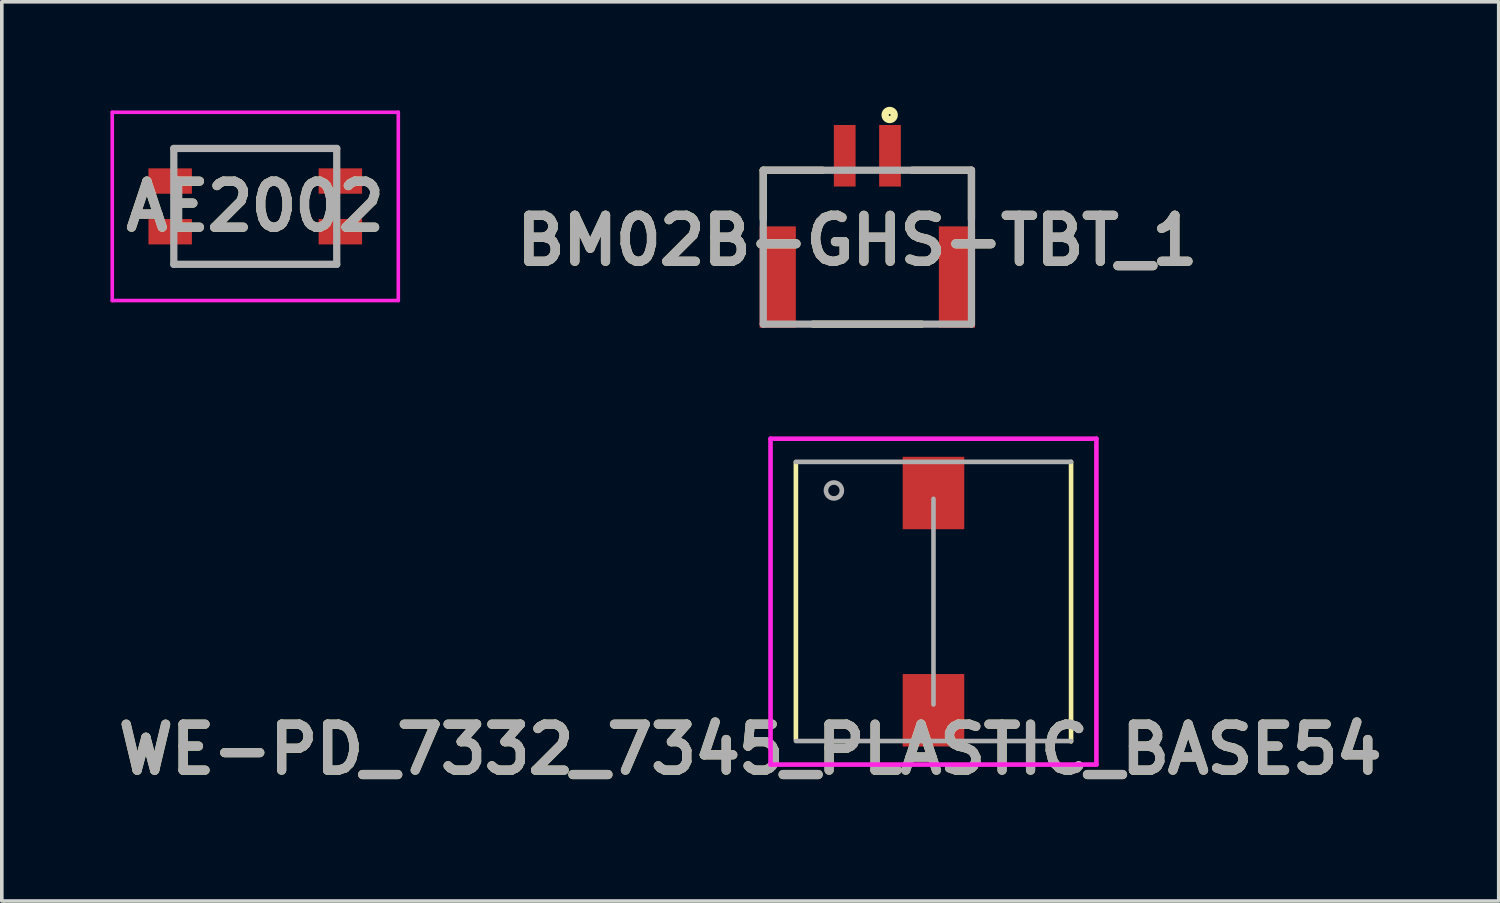
<source format=kicad_pcb>
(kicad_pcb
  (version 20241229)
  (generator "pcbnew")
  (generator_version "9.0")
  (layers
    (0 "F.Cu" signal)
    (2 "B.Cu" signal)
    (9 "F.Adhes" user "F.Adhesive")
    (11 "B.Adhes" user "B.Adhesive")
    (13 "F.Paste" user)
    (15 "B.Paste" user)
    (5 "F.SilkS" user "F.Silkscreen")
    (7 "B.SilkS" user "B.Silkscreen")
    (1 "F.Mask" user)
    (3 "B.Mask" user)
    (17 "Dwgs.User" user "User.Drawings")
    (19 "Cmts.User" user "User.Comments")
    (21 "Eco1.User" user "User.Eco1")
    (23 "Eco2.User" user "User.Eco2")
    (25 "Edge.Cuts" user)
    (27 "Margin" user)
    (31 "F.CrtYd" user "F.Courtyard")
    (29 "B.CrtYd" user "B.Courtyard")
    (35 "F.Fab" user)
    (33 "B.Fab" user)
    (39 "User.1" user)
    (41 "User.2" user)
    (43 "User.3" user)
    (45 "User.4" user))
  (footprint "WE-PD_7332_7345_PLASTIC_BASE54"
    (layer "F.Cu")
    (at 22.731 13.566)
    (property "Reference" "WE-PD_7332_7345_PLASTIC_BASE54" (at -5.06 4.08 0) (layer "F.SilkS") (effects (font (size 1.27 1.27) (thickness 0.254))))
    (attr smd)
    (fp_line (start -3.8 -3.85) (end -3.8 3.8) (stroke (width 0.127) (type solid)) (layer "F.SilkS"))
    (fp_line (start 3.8 -3.86) (end 3.8 3.86) (stroke (width 0.127) (type solid)) (layer "F.SilkS"))
    (fp_line (start -4.5 -4.5) (end -4.5 4.5) (stroke (width 0.127) (type solid)) (layer "F.CrtYd"))
    (fp_line (start -4.5 4.5) (end 4.5 4.5) (stroke (width 0.127) (type solid)) (layer "F.CrtYd"))
    (fp_line (start 4.5 -4.5) (end -4.5 -4.5) (stroke (width 0.127) (type solid)) (layer "F.CrtYd"))
    (fp_line (start 4.5 4.5) (end 4.5 -4.5) (stroke (width 0.127) (type solid)) (layer "F.CrtYd"))
    (fp_line (start -3.8 -3.86) (end 3.8 -3.86) (stroke (width 0.127) (type solid)) (layer "F.Fab"))
    (fp_line (start -3.8 3.85) (end 3.8 3.85) (stroke (width 0.127) (type solid)) (layer "F.Fab"))
    (fp_line (start 0 -2.84) (end 0 2.84) (stroke (width 0.127) (type solid)) (layer "F.Fab"))
    (fp_circle (center -2.75 -3.07) (end -2.75 -2.85) (stroke (width 0.127) (type solid)) (fill no) (layer "F.Fab"))
    (fp_text user "${REFERENCE}" (at -5.06 4.08 0) (layer "F.Fab") (effects (font (size 1.27 1.27) (thickness 0.254))))
    (pad "1" smd rect (at 0 -3) (size 1.7 2) (layers "F.Cu" "F.Mask" "F.Paste"))
    (pad "2" smd rect (at 0 3) (size 1.7 2) (layers "F.Cu" "F.Mask" "F.Paste")))
  (footprint "BM02B-GHS-TBT_1"
    (layer "F.Cu")
    (at 20.905 1.252)
    (property "Reference" "BM02B-GHS-TBT_1" (at -0.277 2.34 0) (layer "F.SilkS") (effects (font (size 1.27 1.27) (thickness 0.254))))
    (attr smd)
    (fp_line (start -2.875 0.4) (end -2.875 1.75) (stroke (width 0.2) (type solid)) (layer "F.SilkS"))
    (fp_line (start -2.875 0.4) (end -1.236 0.4) (stroke (width 0.2) (type solid)) (layer "F.SilkS"))
    (fp_line (start -1.5 4.65) (end 1.5 4.65) (stroke (width 0.2) (type solid)) (layer "F.SilkS"))
    (fp_line (start 2.875 0.4) (end 1.236 0.4) (stroke (width 0.2) (type solid)) (layer "F.SilkS"))
    (fp_line (start 2.875 0.4) (end 2.875 1.75) (stroke (width 0.2) (type solid)) (layer "F.SilkS"))
    (fp_circle (center 0.616 -1.126) (end 0.616 -1.1) (stroke (width 0.2) (type solid)) (fill no) (layer "F.SilkS"))
    (fp_line (start -2.875 0.4) (end 2.875 0.4) (stroke (width 0.2) (type solid)) (layer "F.Fab"))
    (fp_line (start -2.875 4.65) (end -2.875 0.4) (stroke (width 0.2) (type solid)) (layer "F.Fab"))
    (fp_line (start 2.875 0.4) (end 2.875 4.65) (stroke (width 0.2) (type solid)) (layer "F.Fab"))
    (fp_line (start 2.875 4.65) (end -2.875 4.65) (stroke (width 0.2) (type solid)) (layer "F.Fab"))
    (fp_text user "${REFERENCE}" (at -0.277 2.34 0) (layer "F.Fab") (effects (font (size 1.27 1.27) (thickness 0.254))))
    (pad "1" smd rect (at 0.625 0) (size 0.6 1.7) (layers "F.Cu" "F.Mask" "F.Paste"))
    (pad "2" smd rect (at -0.625 0) (size 0.6 1.7) (layers "F.Cu" "F.Mask" "F.Paste"))
    (pad "3" smd rect (at -2.475 3.35) (size 1 2.8) (layers "F.Cu" "F.Mask" "F.Paste"))
    (pad "4" smd rect (at 2.475 3.35) (size 1 2.8) (layers "F.Cu" "F.Mask" "F.Paste")))
  (footprint "AE2002"
    (layer "F.Cu")
    (at 4 2.65)
    (property "Reference" "AE2002" (at 0 0 0) (layer "F.SilkS") (effects (font (size 1.27 1.27) (thickness 0.254))))
    (attr smd)
    (fp_line (start -2.25 -1.6) (end 2.25 -1.6) (stroke (width 0.1) (type solid)) (layer "F.SilkS"))
    (fp_line (start -2.25 -1.2) (end -2.25 -1.6) (stroke (width 0.1) (type solid)) (layer "F.SilkS"))
    (fp_line (start -2.25 -0.2) (end -2.25 0.2) (stroke (width 0.1) (type solid)) (layer "F.SilkS"))
    (fp_line (start -2.25 1.2) (end -2.25 1.6) (stroke (width 0.1) (type solid)) (layer "F.SilkS"))
    (fp_line (start -2.25 1.6) (end 2.25 1.6) (stroke (width 0.1) (type solid)) (layer "F.SilkS"))
    (fp_line (start 2.25 -1.6) (end 2.25 -1.2) (stroke (width 0.1) (type solid)) (layer "F.SilkS"))
    (fp_line (start 2.25 -0.2) (end 2.25 0.2) (stroke (width 0.1) (type solid)) (layer "F.SilkS"))
    (fp_line (start 2.25 1.6) (end 2.25 1.2) (stroke (width 0.1) (type solid)) (layer "F.SilkS"))
    (fp_line (start 2.25 1.6) (end 2.25 1.6) (stroke (width 0.1) (type solid)) (layer "F.SilkS"))
    (fp_line (start -3.95 -2.6) (end 3.95 -2.6) (stroke (width 0.1) (type solid)) (layer "F.CrtYd"))
    (fp_line (start -3.95 2.6) (end -3.95 -2.6) (stroke (width 0.1) (type solid)) (layer "F.CrtYd"))
    (fp_line (start 3.95 -2.6) (end 3.95 2.6) (stroke (width 0.1) (type solid)) (layer "F.CrtYd"))
    (fp_line (start 3.95 2.6) (end -3.95 2.6) (stroke (width 0.1) (type solid)) (layer "F.CrtYd"))
    (fp_line (start -2.25 -1.6) (end 2.25 -1.6) (stroke (width 0.2) (type solid)) (layer "F.Fab"))
    (fp_line (start -2.25 1.6) (end -2.25 -1.6) (stroke (width 0.2) (type solid)) (layer "F.Fab"))
    (fp_line (start 2.25 -1.6) (end 2.25 1.6) (stroke (width 0.2) (type solid)) (layer "F.Fab"))
    (fp_line (start 2.25 1.6) (end -2.25 1.6) (stroke (width 0.2) (type solid)) (layer "F.Fab"))
    (fp_text user "${REFERENCE}" (at 0 0 0) (layer "F.Fab") (effects (font (size 1.27 1.27) (thickness 0.254))))
    (pad "1" smd rect (at -2.35 -0.7 90) (size 0.7 1.2) (layers "F.Cu" "F.Mask" "F.Paste"))
    (pad "2" smd rect (at -2.35 0.7 90) (size 0.7 1.2) (layers "F.Cu" "F.Mask" "F.Paste"))
    (pad "3" smd rect (at 2.35 0.7 90) (size 0.7 1.2) (layers "F.Cu" "F.Mask" "F.Paste"))
    (pad "4" smd rect (at 2.35 -0.7 90) (size 0.7 1.2) (layers "F.Cu" "F.Mask" "F.Paste")))
  (gr_rect
    (start -3 -3)
    (end 38.342 21.834)
    (stroke (width 0.1) (type default))
    (fill no)
    (layer "Edge.Cuts")))
</source>
